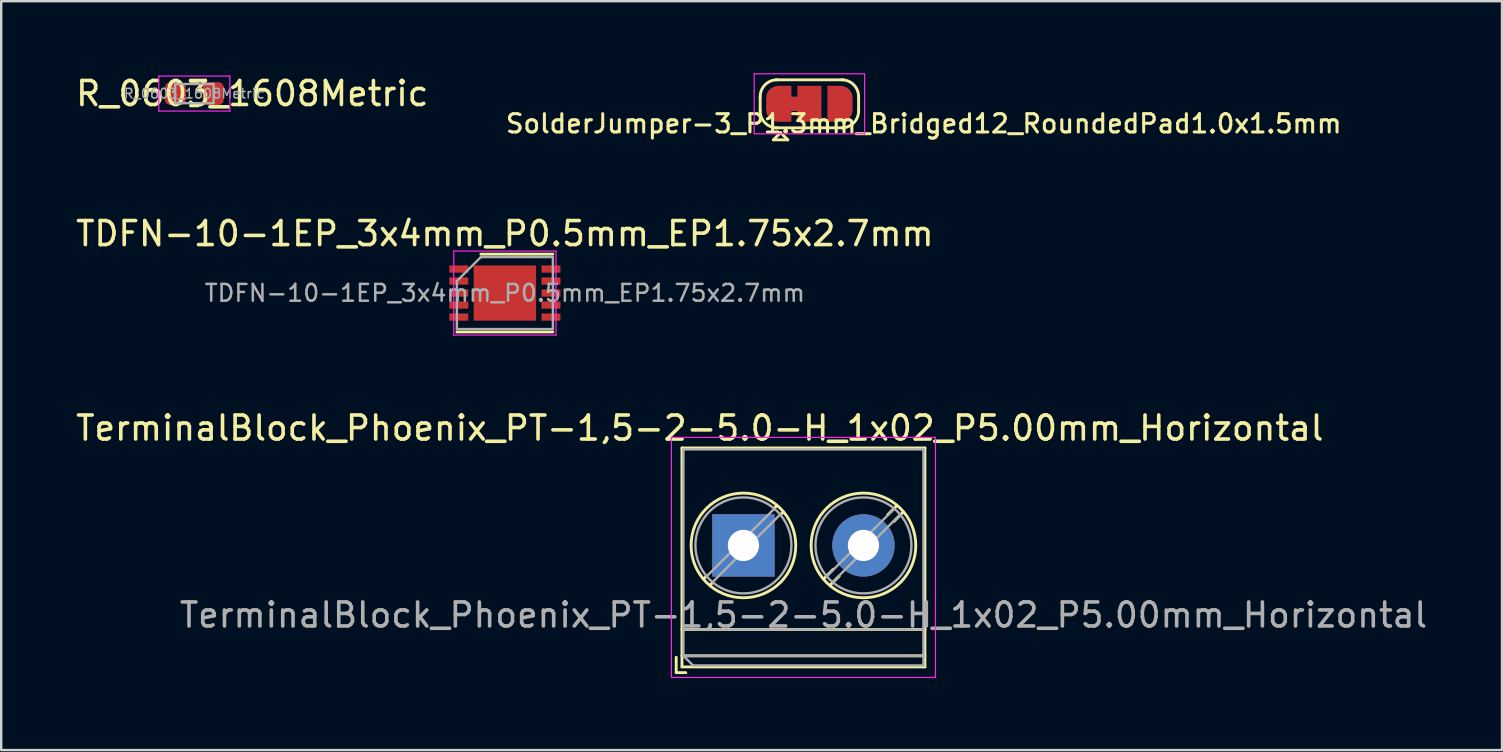
<source format=kicad_pcb>
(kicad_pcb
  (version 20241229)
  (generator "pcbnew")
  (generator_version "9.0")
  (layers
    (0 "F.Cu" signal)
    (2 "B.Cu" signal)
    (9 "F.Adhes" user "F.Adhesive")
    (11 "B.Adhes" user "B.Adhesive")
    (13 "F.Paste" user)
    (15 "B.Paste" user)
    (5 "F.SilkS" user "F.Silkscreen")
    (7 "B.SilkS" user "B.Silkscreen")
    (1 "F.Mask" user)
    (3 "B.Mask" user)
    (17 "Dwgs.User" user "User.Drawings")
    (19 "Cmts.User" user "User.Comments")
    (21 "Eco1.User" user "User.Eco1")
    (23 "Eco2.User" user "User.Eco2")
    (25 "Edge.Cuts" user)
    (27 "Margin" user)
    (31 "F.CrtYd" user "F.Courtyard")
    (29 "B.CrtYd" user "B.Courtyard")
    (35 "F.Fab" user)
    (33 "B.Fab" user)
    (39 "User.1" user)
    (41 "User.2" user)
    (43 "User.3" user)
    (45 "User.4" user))
  (footprint "TerminalBlock_Phoenix_PT-1,5-2-5.0-H_1x02_P5.00mm_Horizontal"
    (layer "F.Cu")
    (at 27.919 19.671)
    (property "Reference" "TerminalBlock_Phoenix_PT-1,5-2-5.0-H_1x02_P5.00mm_Horizontal" (at -1.818 -4.889 180) (layer "F.SilkS") (effects (font (size 1 1) (thickness 0.15))))
    (attr through_hole)
    (fp_line (start -2.8 4.66) (end -2.8 5.3) (stroke (width 0.12) (type solid)) (layer "F.SilkS"))
    (fp_line (start -2.8 5.3) (end -2.4 5.3) (stroke (width 0.12) (type solid)) (layer "F.SilkS"))
    (fp_line (start -2.56 -4.06) (end -2.56 5.06) (stroke (width 0.12) (type solid)) (layer "F.SilkS"))
    (fp_line (start -2.56 -4.06) (end 7.56 -4.06) (stroke (width 0.12) (type solid)) (layer "F.SilkS"))
    (fp_line (start -2.56 3.5) (end 7.56 3.5) (stroke (width 0.12) (type solid)) (layer "F.SilkS"))
    (fp_line (start -2.56 4.6) (end 7.56 4.6) (stroke (width 0.12) (type solid)) (layer "F.SilkS"))
    (fp_line (start -2.56 5.06) (end 7.56 5.06) (stroke (width 0.12) (type solid)) (layer "F.SilkS"))
    (fp_line (start -1.548 1.281) (end -1.654 1.388) (stroke (width 0.12) (type solid)) (layer "F.SilkS"))
    (fp_line (start -1.282 1.547) (end -1.388 1.654) (stroke (width 0.12) (type solid)) (layer "F.SilkS"))
    (fp_line (start 1.388 -1.654) (end 1.281 -1.547) (stroke (width 0.12) (type solid)) (layer "F.SilkS"))
    (fp_line (start 1.654 -1.388) (end 1.547 -1.281) (stroke (width 0.12) (type solid)) (layer "F.SilkS"))
    (fp_line (start 3.742 0.992) (end 3.347 1.388) (stroke (width 0.12) (type solid)) (layer "F.SilkS"))
    (fp_line (start 3.993 1.274) (end 3.613 1.654) (stroke (width 0.12) (type solid)) (layer "F.SilkS"))
    (fp_line (start 6.388 -1.654) (end 6.008 -1.274) (stroke (width 0.12) (type solid)) (layer "F.SilkS"))
    (fp_line (start 6.654 -1.388) (end 6.259 -0.992) (stroke (width 0.12) (type solid)) (layer "F.SilkS"))
    (fp_line (start 7.56 -4.06) (end 7.56 5.06) (stroke (width 0.12) (type solid)) (layer "F.SilkS"))
    (fp_circle (center 0 0) (end 2.18 0) (stroke (width 0.12) (type solid)) (fill no) (layer "F.SilkS"))
    (fp_circle (center 5 0) (end 7.18 0) (stroke (width 0.12) (type solid)) (fill no) (layer "F.SilkS"))
    (fp_line (start -3 -4.5) (end -3 5.5) (stroke (width 0.05) (type solid)) (layer "F.CrtYd"))
    (fp_line (start -3 5.5) (end 8 5.5) (stroke (width 0.05) (type solid)) (layer "F.CrtYd"))
    (fp_line (start 8 -4.5) (end -3 -4.5) (stroke (width 0.05) (type solid)) (layer "F.CrtYd"))
    (fp_line (start 8 5.5) (end 8 -4.5) (stroke (width 0.05) (type solid)) (layer "F.CrtYd"))
    (fp_line (start -2.5 -4) (end 7.5 -4) (stroke (width 0.1) (type solid)) (layer "F.Fab"))
    (fp_line (start -2.5 3.5) (end 7.5 3.5) (stroke (width 0.1) (type solid)) (layer "F.Fab"))
    (fp_line (start -2.5 4.6) (end -2.5 -4) (stroke (width 0.1) (type solid)) (layer "F.Fab"))
    (fp_line (start -2.5 4.6) (end 7.5 4.6) (stroke (width 0.1) (type solid)) (layer "F.Fab"))
    (fp_line (start -2.1 5) (end -2.5 4.6) (stroke (width 0.1) (type solid)) (layer "F.Fab"))
    (fp_line (start 1.273 -1.517) (end -1.517 1.273) (stroke (width 0.1) (type solid)) (layer "F.Fab"))
    (fp_line (start 1.517 -1.273) (end -1.273 1.517) (stroke (width 0.1) (type solid)) (layer "F.Fab"))
    (fp_line (start 6.273 -1.517) (end 3.484 1.273) (stroke (width 0.1) (type solid)) (layer "F.Fab"))
    (fp_line (start 6.517 -1.273) (end 3.728 1.517) (stroke (width 0.1) (type solid)) (layer "F.Fab"))
    (fp_line (start 7.5 -4) (end 7.5 5) (stroke (width 0.1) (type solid)) (layer "F.Fab"))
    (fp_line (start 7.5 5) (end -2.1 5) (stroke (width 0.1) (type solid)) (layer "F.Fab"))
    (fp_circle (center 0 0) (end 2 0) (stroke (width 0.1) (type solid)) (fill no) (layer "F.Fab"))
    (fp_circle (center 5 0) (end 7 0) (stroke (width 0.1) (type solid)) (fill no) (layer "F.Fab"))
    (fp_text user "${REFERENCE}" (at 2.5 2.9 180) (layer "F.Fab") (effects (font (size 1 1) (thickness 0.15))))
    (pad "1" thru_hole rect (at 0 0) (size 2.6 2.6) (drill 1.3) (layers "*.Cu" "*.Mask"))
    (pad "2" thru_hole circle (at 5 0) (size 2.6 2.6) (drill 1.3) (layers "*.Cu" "*.Mask")))
  (footprint "SolderJumper-3_P1.3mm_Bridged12_RoundedPad1.0x1.5mm"
    (layer "F.Cu")
    (at 30.667 1.275)
    (property "Reference" "SolderJumper-3_P1.3mm_Bridged12_RoundedPad1.0x1.5mm" (at 4.763 0.826 180) (layer "F.SilkS") (effects (font (size 0.762 0.762) (thickness 0.127))))
    (attr exclude_from_pos_files exclude_from_bom)
    (fp_poly (pts (xy -0.9 -0.3) (xy -0.4 -0.3) (xy -0.4 0.3) (xy -0.9 0.3)) (stroke (width 0) (type solid)) (fill yes) (layer "F.Cu"))
    (fp_line (start -2.05 0.3) (end -2.05 -0.3) (stroke (width 0.12) (type solid)) (layer "F.SilkS"))
    (fp_line (start -1.5 1.5) (end -0.9 1.5) (stroke (width 0.12) (type solid)) (layer "F.SilkS"))
    (fp_line (start -1.4 -1) (end 1.4 -1) (stroke (width 0.12) (type solid)) (layer "F.SilkS"))
    (fp_line (start -1.2 1.2) (end -1.5 1.5) (stroke (width 0.12) (type solid)) (layer "F.SilkS"))
    (fp_line (start -1.2 1.2) (end -0.9 1.5) (stroke (width 0.12) (type solid)) (layer "F.SilkS"))
    (fp_line (start 1.4 1) (end -1.4 1) (stroke (width 0.12) (type solid)) (layer "F.SilkS"))
    (fp_line (start 2.05 -0.3) (end 2.05 0.3) (stroke (width 0.12) (type solid)) (layer "F.SilkS"))
    (fp_arc (start -2.05 -0.3) (mid -1.844975 -0.794975) (end -1.35 -1) (stroke (width 0.12) (type solid)) (layer "F.SilkS"))
    (fp_arc (start -1.35 1) (mid -1.844975 0.794975) (end -2.05 0.3) (stroke (width 0.12) (type solid)) (layer "F.SilkS"))
    (fp_arc (start 1.35 -1) (mid 1.844975 -0.794975) (end 2.05 -0.3) (stroke (width 0.12) (type solid)) (layer "F.SilkS"))
    (fp_arc (start 2.05 0.3) (mid 1.844975 0.794975) (end 1.35 1) (stroke (width 0.12) (type solid)) (layer "F.SilkS"))
    (fp_line (start -2.3 -1.25) (end -2.3 1.25) (stroke (width 0.05) (type solid)) (layer "F.CrtYd"))
    (fp_line (start -2.3 -1.25) (end 2.3 -1.25) (stroke (width 0.05) (type solid)) (layer "F.CrtYd"))
    (fp_line (start 2.3 1.25) (end -2.3 1.25) (stroke (width 0.05) (type solid)) (layer "F.CrtYd"))
    (fp_line (start 2.3 1.25) (end 2.3 -1.25) (stroke (width 0.05) (type solid)) (layer "F.CrtYd"))
    (pad "1" smd custom (at -1.3 0) (size 1 0.5) (layers "F.Cu" "F.Mask") (options (anchor rect)) (primitives (gr_circle (center 0 0.25) (end 0.5 0.25) (width 0) (fill yes)) (gr_circle (center 0 -0.25) (end 0.5 -0.25) (width 0) (fill yes)) (gr_poly (pts (xy 0.55 -0.75) (xy 0 -0.75) (xy 0 0.75) (xy 0.55 0.75)) (width 0) (fill yes))))
    (pad "2" smd rect (at 0 0) (size 1 1.5) (layers "F.Cu" "F.Mask"))
    (pad "3" smd custom (at 1.3 0) (size 1 0.5) (layers "F.Cu" "F.Mask") (options (anchor rect)) (primitives (gr_circle (center 0 0.25) (end 0.5 0.25) (width 0) (fill yes)) (gr_circle (center 0 -0.25) (end 0.5 -0.25) (width 0) (fill yes)) (gr_poly (pts (xy -0.55 -0.75) (xy 0 -0.75) (xy 0 0.75) (xy -0.55 0.75)) (width 0) (fill yes)))))
  (footprint "R_0603_1608Metric"
    (layer "F.Cu")
    (at 5.045 0.848)
    (property "Reference" "R_0603_1608Metric" (at 2.413 0 0) (layer "F.SilkS") (effects (font (size 1 1) (thickness 0.15))))
    (attr smd)
    (fp_line (start -0.163 -0.51) (end 0.163 -0.51) (stroke (width 0.12) (type solid)) (layer "F.SilkS"))
    (fp_line (start -0.163 0.51) (end 0.163 0.51) (stroke (width 0.12) (type solid)) (layer "F.SilkS"))
    (fp_line (start -1.48 -0.73) (end 1.48 -0.73) (stroke (width 0.05) (type solid)) (layer "F.CrtYd"))
    (fp_line (start -1.48 0.73) (end -1.48 -0.73) (stroke (width 0.05) (type solid)) (layer "F.CrtYd"))
    (fp_line (start 1.48 -0.73) (end 1.48 0.73) (stroke (width 0.05) (type solid)) (layer "F.CrtYd"))
    (fp_line (start 1.48 0.73) (end -1.48 0.73) (stroke (width 0.05) (type solid)) (layer "F.CrtYd"))
    (fp_line (start -0.8 -0.4) (end 0.8 -0.4) (stroke (width 0.1) (type solid)) (layer "F.Fab"))
    (fp_line (start -0.8 0.4) (end -0.8 -0.4) (stroke (width 0.1) (type solid)) (layer "F.Fab"))
    (fp_line (start 0.8 -0.4) (end 0.8 0.4) (stroke (width 0.1) (type solid)) (layer "F.Fab"))
    (fp_line (start 0.8 0.4) (end -0.8 0.4) (stroke (width 0.1) (type solid)) (layer "F.Fab"))
    (fp_text user "${REFERENCE}" (at 0 0 0) (layer "F.Fab") (effects (font (size 0.4 0.4) (thickness 0.06))))
    (pad "1" smd roundrect (at -0.787 0) (size 0.875 0.95) (layers "F.Cu" "F.Mask" "F.Paste") (roundrect_rratio 0.25))
    (pad "2" smd roundrect (at 0.787 0) (size 0.875 0.95) (layers "F.Cu" "F.Mask" "F.Paste") (roundrect_rratio 0.25)))
  (footprint "TDFN-10-1EP_3x4mm_P0.5mm_EP1.75x2.7mm"
    (layer "F.Cu")
    (at 17.982 9.158)
    (property "Reference" "TDFN-10-1EP_3x4mm_P0.5mm_EP1.75x2.7mm" (at 0 -2.475 0) (layer "F.SilkS") (effects (font (size 1 1) (thickness 0.15))))
    (attr smd)
    (fp_line (start -2 1.62) (end 2 1.62) (stroke (width 0.12) (type solid)) (layer "F.SilkS"))
    (fp_line (start -1 -1.62) (end 2 -1.62) (stroke (width 0.12) (type solid)) (layer "F.SilkS"))
    (fp_line (start -2.13 -1.75) (end -2.13 1.75) (stroke (width 0.05) (type solid)) (layer "F.CrtYd"))
    (fp_line (start -2.13 -1.75) (end 2.13 -1.75) (stroke (width 0.05) (type solid)) (layer "F.CrtYd"))
    (fp_line (start -2.13 1.75) (end 2.13 1.75) (stroke (width 0.05) (type solid)) (layer "F.CrtYd"))
    (fp_line (start 2.13 -1.75) (end 2.13 1.75) (stroke (width 0.05) (type solid)) (layer "F.CrtYd"))
    (fp_line (start -2 -0.5) (end -1 -1.5) (stroke (width 0.1) (type solid)) (layer "F.Fab"))
    (fp_line (start -2 1.5) (end -2 -0.5) (stroke (width 0.1) (type solid)) (layer "F.Fab"))
    (fp_line (start -1 -1.5) (end 2 -1.5) (stroke (width 0.1) (type solid)) (layer "F.Fab"))
    (fp_line (start 2 -1.5) (end 2 1.5) (stroke (width 0.1) (type solid)) (layer "F.Fab"))
    (fp_line (start 2 1.5) (end -2 1.5) (stroke (width 0.1) (type solid)) (layer "F.Fab"))
    (fp_text user "${REFERENCE}" (at 0 0 0) (layer "F.Fab") (effects (font (size 0.7 0.7) (thickness 0.105))))
    (pad "" smd rect (at -0.388 -0.62) (size 0.6 1.05) (layers "F.Paste"))
    (pad "" smd rect (at -0.388 0.62) (size 0.6 1.05) (layers "F.Paste"))
    (pad "" smd rect (at 0.388 -0.62) (size 0.6 1.05) (layers "F.Paste"))
    (pad "" smd rect (at 0.388 0.62) (size 0.6 1.05) (layers "F.Paste"))
    (pad "1" smd rect (at -1.92 -1) (size 0.79 0.3) (layers "F.Cu" "F.Mask" "F.Paste"))
    (pad "2" smd rect (at -1.92 -0.5) (size 0.79 0.3) (layers "F.Cu" "F.Mask" "F.Paste"))
    (pad "3" smd rect (at -1.92 0) (size 0.79 0.3) (layers "F.Cu" "F.Mask" "F.Paste"))
    (pad "4" smd rect (at -1.92 0.5) (size 0.79 0.3) (layers "F.Cu" "F.Mask" "F.Paste"))
    (pad "5" smd rect (at -1.92 1) (size 0.79 0.3) (layers "F.Cu" "F.Mask" "F.Paste"))
    (pad "6" smd rect (at 1.92 1) (size 0.79 0.3) (layers "F.Cu" "F.Mask" "F.Paste"))
    (pad "7" smd rect (at 1.92 0.5) (size 0.79 0.3) (layers "F.Cu" "F.Mask" "F.Paste"))
    (pad "8" smd rect (at 1.92 0) (size 0.79 0.3) (layers "F.Cu" "F.Mask" "F.Paste"))
    (pad "9" smd rect (at 1.92 -0.5) (size 0.79 0.3) (layers "F.Cu" "F.Mask" "F.Paste"))
    (pad "10" smd rect (at 1.92 -1) (size 0.79 0.3) (layers "F.Cu" "F.Mask" "F.Paste"))
    (pad "11" smd rect (at 0 0) (size 2.6 2.3) (layers "F.Cu" "F.Mask")))
  (gr_rect
    (start -3 -3)
    (end 59.52 28.196)
    (stroke (width 0.1) (type default))
    (fill no)
    (layer "Edge.Cuts")))
</source>
